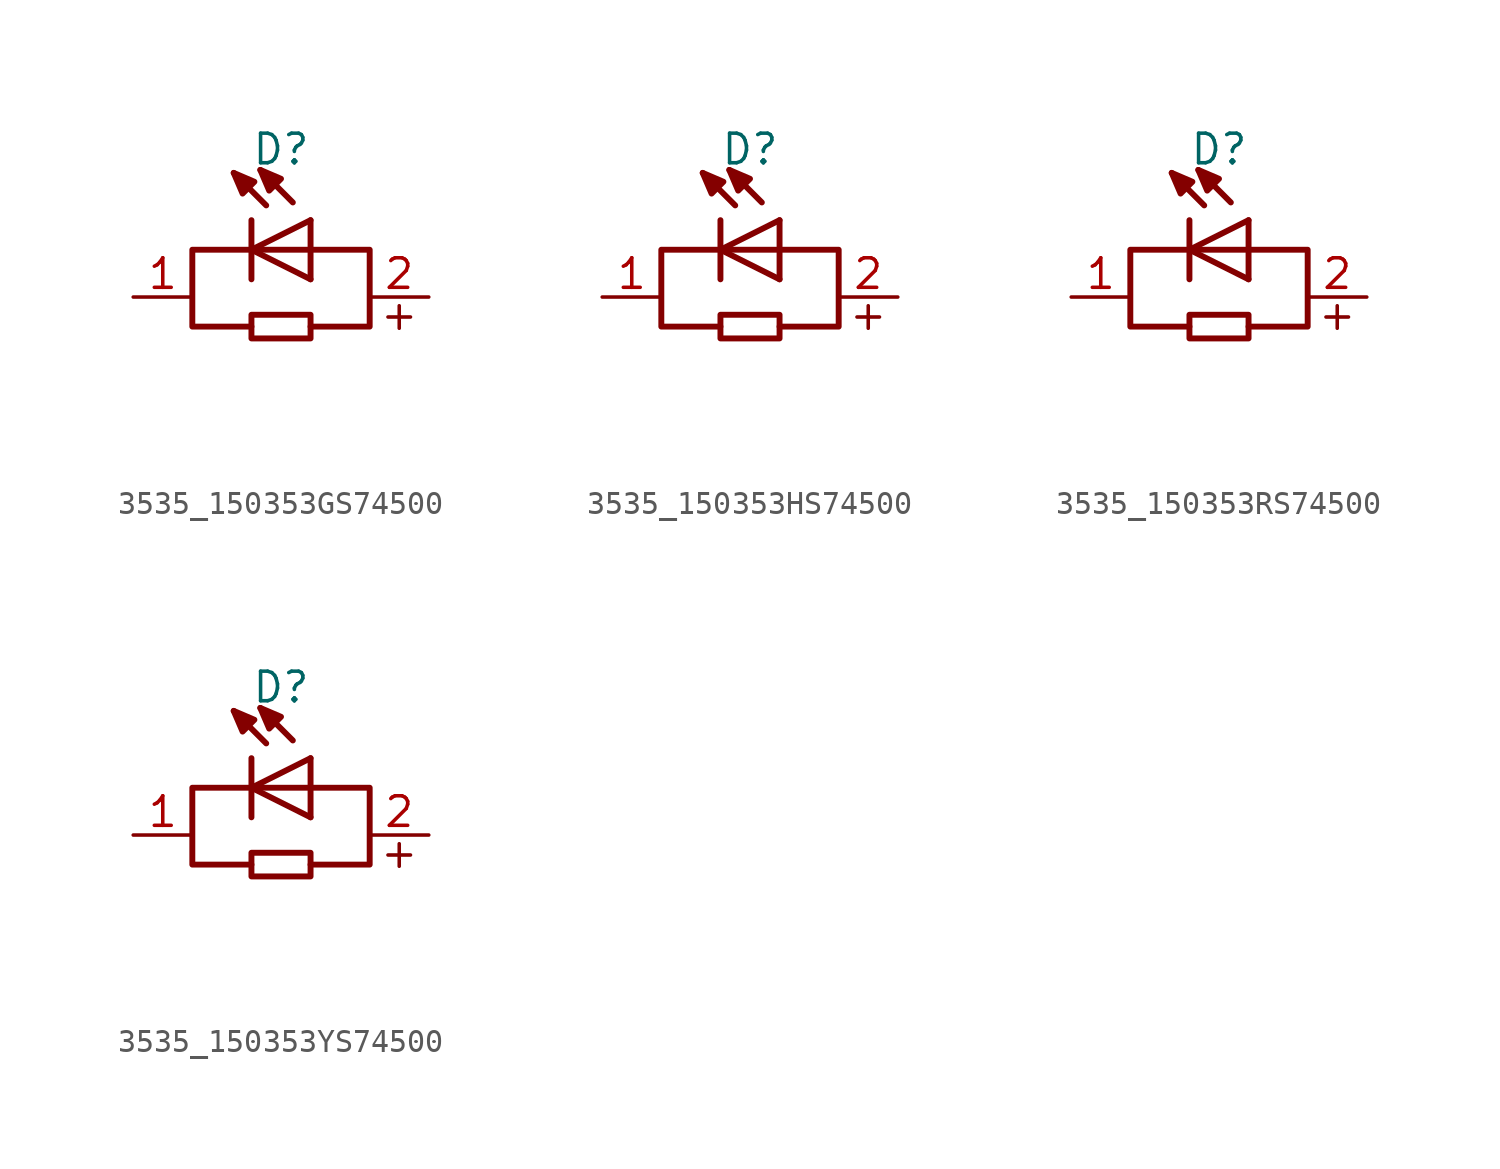
<source format=kicad_sym>
(kicad_symbol_lib
  (version 20220914)
  (generator kicad_symbol_editor)
  (symbol "3535_150353GS74500"
    (pin_names hide)
    (property "Reference" "D"
      (at 0 6.35 0)
      (effects (font (size 1.27 1.27))))
    (property "Critical Parameter" ""
      (at 0 -6.35 0)
      (effects (font (size 1.27 1.27)) (justify left)))
    (symbol "3535_150353GS74500_1_0"
      (polyline (pts (xy -1.27 2.032) (xy 1.27 2.032)) (stroke (width 0.254) (type solid)) (fill (type none)))
      (polyline (pts (xy -1.27 2.032) (xy 1.27 3.302)) (stroke (width 0.254) (type solid)) (fill (type none)))
      (polyline (pts (xy -1.27 3.302) (xy -1.27 0.762)) (stroke (width 0.254) (type solid)) (fill (type none)))
      (polyline (pts (xy -0.635 3.937) (xy -2.032 5.334)) (stroke (width 0.254) (type solid)) (fill (type none)))
      (polyline (pts (xy 0.508 4.064) (xy -0.889 5.461)) (stroke (width 0.254) (type solid)) (fill (type none)))
      (polyline (pts (xy 1.27 0.762) (xy -1.27 2.032)) (stroke (width 0.254) (type solid)) (fill (type none)))
      (polyline (pts (xy 1.27 3.302) (xy 1.27 0.762)) (stroke (width 0.254) (type solid)) (fill (type none)))
      (polyline (pts (xy -1.27 2.032) (xy -3.81 2.032) (xy -3.81 -1.27) (xy -1.27 -1.27)) (stroke (width 0.254) (type solid)) (fill (type none)))
      (polyline (pts (xy 1.27 -1.27) (xy 3.81 -1.27) (xy 3.81 2.032) (xy 1.27 2.032)) (stroke (width 0.254) (type solid)) (fill (type none)))
      (text "+" (at 5.08 -0.762 0) (effects (font (size 1.27 1.27)))))
    (symbol "3535_150353GS74500_1_1"
      (rectangle (start -1.27 -0.762) (end 1.27 -1.778) (stroke (width 0.254) (type solid)) (fill (type none)))
      (polyline (pts (xy -2.032 5.334) (xy -1.143 4.953) (xy -1.143 4.953) (xy -1.651 4.445) (xy -1.651 4.445) (xy -2.032 5.334)) (stroke (width 0.254) (type solid)) (fill (type outline)))
      (polyline (pts (xy -0.889 5.461) (xy 0 5.08) (xy 0 5.08) (xy -0.508 4.572) (xy -0.508 4.572) (xy -0.889 5.461)) (stroke (width 0.254) (type solid)) (fill (type outline)))
      (pin passive line (at -6.35 0 0) (length 2.54) (name "-" (effects (font (size 1.27 1.27)))) (number "1" (effects (font (size 1.27 1.27)))))
      (pin passive line (at 6.35 0 180) (length 2.54) (name "+" (effects (font (size 1.27 1.27)))) (number "2" (effects (font (size 1.27 1.27)))))))
  (symbol "3535_150353HS74500"
    (pin_names hide)
    (property "Reference" "D"
      (at 0 6.35 0)
      (effects (font (size 1.27 1.27))))
    (property "Critical Parameter" ""
      (at 0 -6.35 0)
      (effects (font (size 1.27 1.27)) (justify left)))
    (symbol "3535_150353HS74500_1_0"
      (polyline (pts (xy -1.27 2.032) (xy 1.27 2.032)) (stroke (width 0.254) (type solid)) (fill (type none)))
      (polyline (pts (xy -1.27 2.032) (xy 1.27 3.302)) (stroke (width 0.254) (type solid)) (fill (type none)))
      (polyline (pts (xy -1.27 3.302) (xy -1.27 0.762)) (stroke (width 0.254) (type solid)) (fill (type none)))
      (polyline (pts (xy -0.635 3.937) (xy -2.032 5.334)) (stroke (width 0.254) (type solid)) (fill (type none)))
      (polyline (pts (xy 0.508 4.064) (xy -0.889 5.461)) (stroke (width 0.254) (type solid)) (fill (type none)))
      (polyline (pts (xy 1.27 0.762) (xy -1.27 2.032)) (stroke (width 0.254) (type solid)) (fill (type none)))
      (polyline (pts (xy 1.27 3.302) (xy 1.27 0.762)) (stroke (width 0.254) (type solid)) (fill (type none)))
      (polyline (pts (xy -1.27 2.032) (xy -3.81 2.032) (xy -3.81 -1.27) (xy -1.27 -1.27)) (stroke (width 0.254) (type solid)) (fill (type none)))
      (polyline (pts (xy 1.27 -1.27) (xy 3.81 -1.27) (xy 3.81 2.032) (xy 1.27 2.032)) (stroke (width 0.254) (type solid)) (fill (type none)))
      (text "+" (at 5.08 -0.762 0) (effects (font (size 1.27 1.27)))))
    (symbol "3535_150353HS74500_1_1"
      (rectangle (start -1.27 -0.762) (end 1.27 -1.778) (stroke (width 0.254) (type solid)) (fill (type none)))
      (polyline (pts (xy -2.032 5.334) (xy -1.143 4.953) (xy -1.143 4.953) (xy -1.651 4.445) (xy -1.651 4.445) (xy -2.032 5.334)) (stroke (width 0.254) (type solid)) (fill (type outline)))
      (polyline (pts (xy -0.889 5.461) (xy 0 5.08) (xy 0 5.08) (xy -0.508 4.572) (xy -0.508 4.572) (xy -0.889 5.461)) (stroke (width 0.254) (type solid)) (fill (type outline)))
      (pin passive line (at -6.35 0 0) (length 2.54) (name "-" (effects (font (size 1.27 1.27)))) (number "1" (effects (font (size 1.27 1.27)))))
      (pin passive line (at 6.35 0 180) (length 2.54) (name "+" (effects (font (size 1.27 1.27)))) (number "2" (effects (font (size 1.27 1.27)))))))
  (symbol "3535_150353RS74500"
    (pin_names hide)
    (property "Reference" "D"
      (at 0 6.35 0)
      (effects (font (size 1.27 1.27))))
    (property "Critical Parameter" ""
      (at 0 -6.35 0)
      (effects (font (size 1.27 1.27)) (justify left)))
    (symbol "3535_150353RS74500_1_0"
      (polyline (pts (xy -1.27 2.032) (xy 1.27 2.032)) (stroke (width 0.254) (type solid)) (fill (type none)))
      (polyline (pts (xy -1.27 2.032) (xy 1.27 3.302)) (stroke (width 0.254) (type solid)) (fill (type none)))
      (polyline (pts (xy -1.27 3.302) (xy -1.27 0.762)) (stroke (width 0.254) (type solid)) (fill (type none)))
      (polyline (pts (xy -0.635 3.937) (xy -2.032 5.334)) (stroke (width 0.254) (type solid)) (fill (type none)))
      (polyline (pts (xy 0.508 4.064) (xy -0.889 5.461)) (stroke (width 0.254) (type solid)) (fill (type none)))
      (polyline (pts (xy 1.27 0.762) (xy -1.27 2.032)) (stroke (width 0.254) (type solid)) (fill (type none)))
      (polyline (pts (xy 1.27 3.302) (xy 1.27 0.762)) (stroke (width 0.254) (type solid)) (fill (type none)))
      (polyline (pts (xy -1.27 2.032) (xy -3.81 2.032) (xy -3.81 -1.27) (xy -1.27 -1.27)) (stroke (width 0.254) (type solid)) (fill (type none)))
      (polyline (pts (xy 1.27 -1.27) (xy 3.81 -1.27) (xy 3.81 2.032) (xy 1.27 2.032)) (stroke (width 0.254) (type solid)) (fill (type none)))
      (text "+" (at 5.08 -0.762 0) (effects (font (size 1.27 1.27)))))
    (symbol "3535_150353RS74500_1_1"
      (rectangle (start -1.27 -0.762) (end 1.27 -1.778) (stroke (width 0.254) (type solid)) (fill (type none)))
      (polyline (pts (xy -2.032 5.334) (xy -1.143 4.953) (xy -1.143 4.953) (xy -1.651 4.445) (xy -1.651 4.445) (xy -2.032 5.334)) (stroke (width 0.254) (type solid)) (fill (type outline)))
      (polyline (pts (xy -0.889 5.461) (xy 0 5.08) (xy 0 5.08) (xy -0.508 4.572) (xy -0.508 4.572) (xy -0.889 5.461)) (stroke (width 0.254) (type solid)) (fill (type outline)))
      (pin passive line (at -6.35 0 0) (length 2.54) (name "-" (effects (font (size 1.27 1.27)))) (number "1" (effects (font (size 1.27 1.27)))))
      (pin passive line (at 6.35 0 180) (length 2.54) (name "+" (effects (font (size 1.27 1.27)))) (number "2" (effects (font (size 1.27 1.27)))))))
  (symbol "3535_150353YS74500"
    (pin_names hide)
    (property "Reference" "D"
      (at 0 6.35 0)
      (effects (font (size 1.27 1.27))))
    (property "Critical Parameter" ""
      (at 0 -6.35 0)
      (effects (font (size 1.27 1.27)) (justify left)))
    (symbol "3535_150353YS74500_1_0"
      (polyline (pts (xy -1.27 2.032) (xy 1.27 2.032)) (stroke (width 0.254) (type solid)) (fill (type none)))
      (polyline (pts (xy -1.27 2.032) (xy 1.27 3.302)) (stroke (width 0.254) (type solid)) (fill (type none)))
      (polyline (pts (xy -1.27 3.302) (xy -1.27 0.762)) (stroke (width 0.254) (type solid)) (fill (type none)))
      (polyline (pts (xy -0.635 3.937) (xy -2.032 5.334)) (stroke (width 0.254) (type solid)) (fill (type none)))
      (polyline (pts (xy 0.508 4.064) (xy -0.889 5.461)) (stroke (width 0.254) (type solid)) (fill (type none)))
      (polyline (pts (xy 1.27 0.762) (xy -1.27 2.032)) (stroke (width 0.254) (type solid)) (fill (type none)))
      (polyline (pts (xy 1.27 3.302) (xy 1.27 0.762)) (stroke (width 0.254) (type solid)) (fill (type none)))
      (polyline (pts (xy -1.27 2.032) (xy -3.81 2.032) (xy -3.81 -1.27) (xy -1.27 -1.27)) (stroke (width 0.254) (type solid)) (fill (type none)))
      (polyline (pts (xy 1.27 -1.27) (xy 3.81 -1.27) (xy 3.81 2.032) (xy 1.27 2.032)) (stroke (width 0.254) (type solid)) (fill (type none)))
      (text "+" (at 5.08 -0.762 0) (effects (font (size 1.27 1.27)))))
    (symbol "3535_150353YS74500_1_1"
      (rectangle (start -1.27 -0.762) (end 1.27 -1.778) (stroke (width 0.254) (type solid)) (fill (type none)))
      (polyline (pts (xy -2.032 5.334) (xy -1.143 4.953) (xy -1.143 4.953) (xy -1.651 4.445) (xy -1.651 4.445) (xy -2.032 5.334)) (stroke (width 0.254) (type solid)) (fill (type outline)))
      (polyline (pts (xy -0.889 5.461) (xy 0 5.08) (xy 0 5.08) (xy -0.508 4.572) (xy -0.508 4.572) (xy -0.889 5.461)) (stroke (width 0.254) (type solid)) (fill (type outline)))
      (pin passive line (at -6.35 0 0) (length 2.54) (name "-" (effects (font (size 1.27 1.27)))) (number "1" (effects (font (size 1.27 1.27)))))
      (pin passive line (at 6.35 0 180) (length 2.54) (name "+" (effects (font (size 1.27 1.27)))) (number "2" (effects (font (size 1.27 1.27))))))))
</source>
